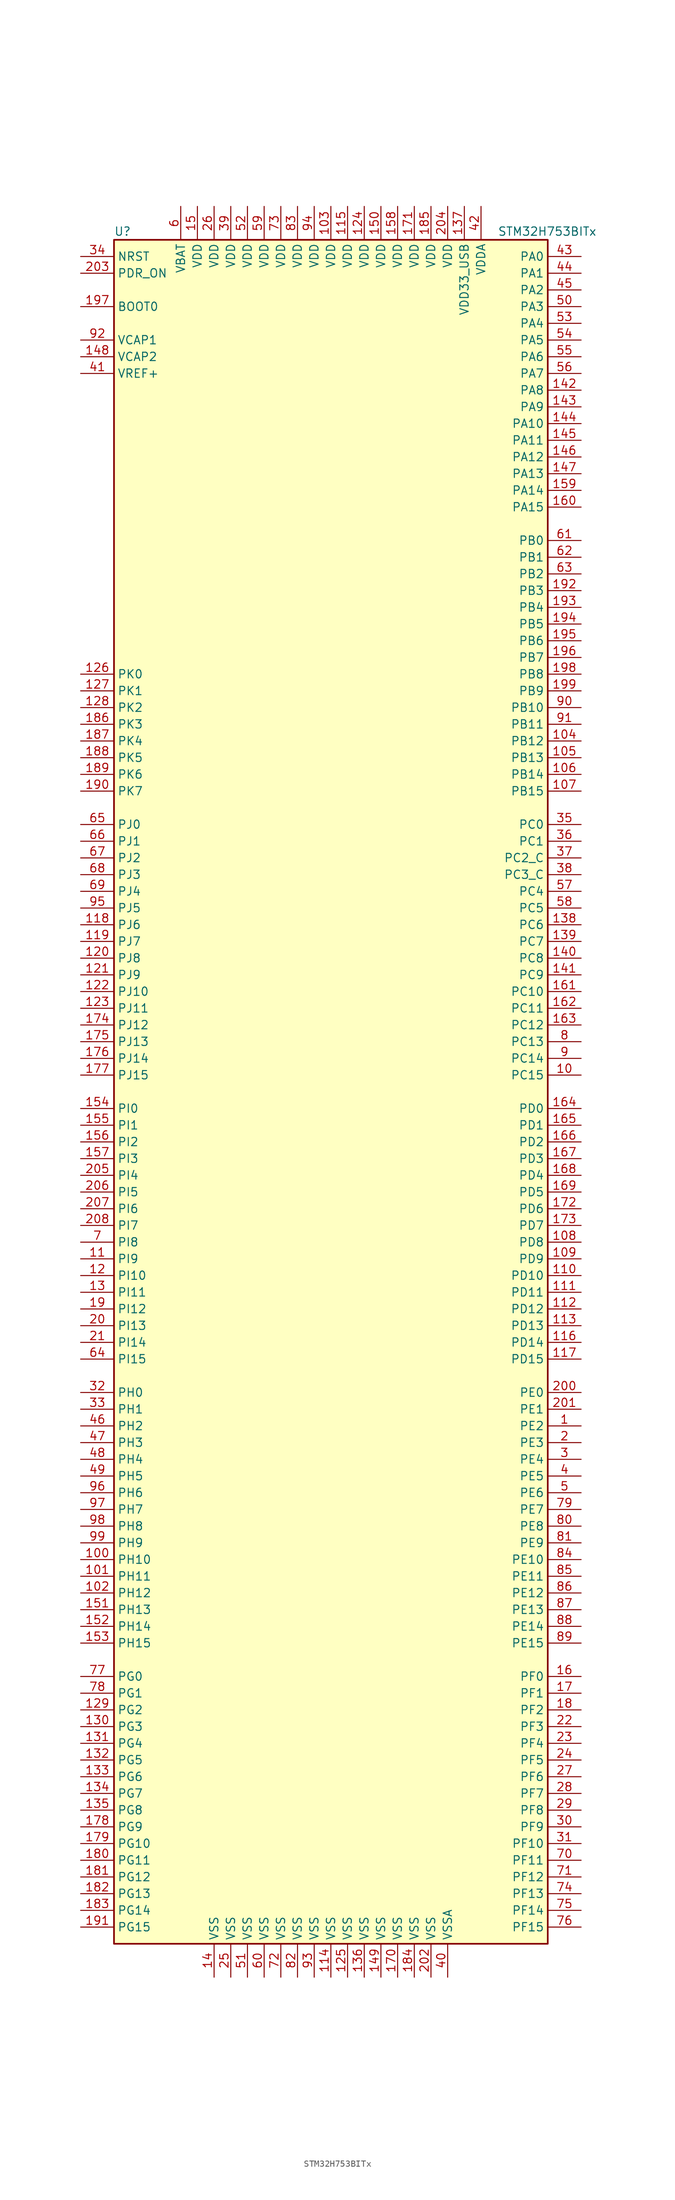
<source format=kicad_sym>
(kicad_symbol_lib
  (version 20211014)
  (generator kicad_symbol_editor)
  (symbol "STM32H753BITx"
    (property "Reference" "U"
      (at -33.02 130.81 0)
      (effects (font (size 1.27 1.27)) (justify left)))
    (property "Value" "STM32H753BITx"
      (at 25.4 130.81 0)
      (effects (font (size 1.27 1.27)) (justify left)))
    (symbol "STM32H753BITx_0_1"
      (rectangle (start -33.02 -129.54) (end 33.02 129.54) (stroke (width 0.254) (type default) (color 0 0 0 0)) (fill (type background))))
    (symbol "STM32H753BITx_1_1"
      (pin bidirectional line (at 38.1 -50.8 180) (length 5.08) (name "PE2" (effects (font (size 1.27 1.27)))) (number "1" (effects (font (size 1.27 1.27)))))
      (pin bidirectional line (at 38.1 2.54 180) (length 5.08) (name "PC15" (effects (font (size 1.27 1.27)))) (number "10" (effects (font (size 1.27 1.27)))))
      (pin bidirectional line (at -38.1 -71.12 0) (length 5.08) (name "PH10" (effects (font (size 1.27 1.27)))) (number "100" (effects (font (size 1.27 1.27)))))
      (pin bidirectional line (at -38.1 -73.66 0) (length 5.08) (name "PH11" (effects (font (size 1.27 1.27)))) (number "101" (effects (font (size 1.27 1.27)))))
      (pin bidirectional line (at -38.1 -76.2 0) (length 5.08) (name "PH12" (effects (font (size 1.27 1.27)))) (number "102" (effects (font (size 1.27 1.27)))))
      (pin power_in line (at 0 134.62 270) (length 5.08) (name "VDD" (effects (font (size 1.27 1.27)))) (number "103" (effects (font (size 1.27 1.27)))))
      (pin bidirectional line (at 38.1 53.34 180) (length 5.08) (name "PB12" (effects (font (size 1.27 1.27)))) (number "104" (effects (font (size 1.27 1.27)))))
      (pin bidirectional line (at 38.1 50.8 180) (length 5.08) (name "PB13" (effects (font (size 1.27 1.27)))) (number "105" (effects (font (size 1.27 1.27)))))
      (pin bidirectional line (at 38.1 48.26 180) (length 5.08) (name "PB14" (effects (font (size 1.27 1.27)))) (number "106" (effects (font (size 1.27 1.27)))))
      (pin bidirectional line (at 38.1 45.72 180) (length 5.08) (name "PB15" (effects (font (size 1.27 1.27)))) (number "107" (effects (font (size 1.27 1.27)))))
      (pin bidirectional line (at 38.1 -22.86 180) (length 5.08) (name "PD8" (effects (font (size 1.27 1.27)))) (number "108" (effects (font (size 1.27 1.27)))))
      (pin bidirectional line (at 38.1 -25.4 180) (length 5.08) (name "PD9" (effects (font (size 1.27 1.27)))) (number "109" (effects (font (size 1.27 1.27)))))
      (pin bidirectional line (at -38.1 -25.4 0) (length 5.08) (name "PI9" (effects (font (size 1.27 1.27)))) (number "11" (effects (font (size 1.27 1.27)))))
      (pin bidirectional line (at 38.1 -27.94 180) (length 5.08) (name "PD10" (effects (font (size 1.27 1.27)))) (number "110" (effects (font (size 1.27 1.27)))))
      (pin bidirectional line (at 38.1 -30.48 180) (length 5.08) (name "PD11" (effects (font (size 1.27 1.27)))) (number "111" (effects (font (size 1.27 1.27)))))
      (pin bidirectional line (at 38.1 -33.02 180) (length 5.08) (name "PD12" (effects (font (size 1.27 1.27)))) (number "112" (effects (font (size 1.27 1.27)))))
      (pin bidirectional line (at 38.1 -35.56 180) (length 5.08) (name "PD13" (effects (font (size 1.27 1.27)))) (number "113" (effects (font (size 1.27 1.27)))))
      (pin power_in line (at 0 -134.62 90) (length 5.08) (name "VSS" (effects (font (size 1.27 1.27)))) (number "114" (effects (font (size 1.27 1.27)))))
      (pin power_in line (at 2.54 134.62 270) (length 5.08) (name "VDD" (effects (font (size 1.27 1.27)))) (number "115" (effects (font (size 1.27 1.27)))))
      (pin bidirectional line (at 38.1 -38.1 180) (length 5.08) (name "PD14" (effects (font (size 1.27 1.27)))) (number "116" (effects (font (size 1.27 1.27)))))
      (pin bidirectional line (at 38.1 -40.64 180) (length 5.08) (name "PD15" (effects (font (size 1.27 1.27)))) (number "117" (effects (font (size 1.27 1.27)))))
      (pin bidirectional line (at -38.1 25.4 0) (length 5.08) (name "PJ6" (effects (font (size 1.27 1.27)))) (number "118" (effects (font (size 1.27 1.27)))))
      (pin bidirectional line (at -38.1 22.86 0) (length 5.08) (name "PJ7" (effects (font (size 1.27 1.27)))) (number "119" (effects (font (size 1.27 1.27)))))
      (pin bidirectional line (at -38.1 -27.94 0) (length 5.08) (name "PI10" (effects (font (size 1.27 1.27)))) (number "12" (effects (font (size 1.27 1.27)))))
      (pin bidirectional line (at -38.1 20.32 0) (length 5.08) (name "PJ8" (effects (font (size 1.27 1.27)))) (number "120" (effects (font (size 1.27 1.27)))))
      (pin bidirectional line (at -38.1 17.78 0) (length 5.08) (name "PJ9" (effects (font (size 1.27 1.27)))) (number "121" (effects (font (size 1.27 1.27)))))
      (pin bidirectional line (at -38.1 15.24 0) (length 5.08) (name "PJ10" (effects (font (size 1.27 1.27)))) (number "122" (effects (font (size 1.27 1.27)))))
      (pin bidirectional line (at -38.1 12.7 0) (length 5.08) (name "PJ11" (effects (font (size 1.27 1.27)))) (number "123" (effects (font (size 1.27 1.27)))))
      (pin power_in line (at 5.08 134.62 270) (length 5.08) (name "VDD" (effects (font (size 1.27 1.27)))) (number "124" (effects (font (size 1.27 1.27)))))
      (pin power_in line (at 2.54 -134.62 90) (length 5.08) (name "VSS" (effects (font (size 1.27 1.27)))) (number "125" (effects (font (size 1.27 1.27)))))
      (pin bidirectional line (at -38.1 63.5 0) (length 5.08) (name "PK0" (effects (font (size 1.27 1.27)))) (number "126" (effects (font (size 1.27 1.27)))))
      (pin bidirectional line (at -38.1 60.96 0) (length 5.08) (name "PK1" (effects (font (size 1.27 1.27)))) (number "127" (effects (font (size 1.27 1.27)))))
      (pin bidirectional line (at -38.1 58.42 0) (length 5.08) (name "PK2" (effects (font (size 1.27 1.27)))) (number "128" (effects (font (size 1.27 1.27)))))
      (pin bidirectional line (at -38.1 -93.98 0) (length 5.08) (name "PG2" (effects (font (size 1.27 1.27)))) (number "129" (effects (font (size 1.27 1.27)))))
      (pin bidirectional line (at -38.1 -30.48 0) (length 5.08) (name "PI11" (effects (font (size 1.27 1.27)))) (number "13" (effects (font (size 1.27 1.27)))))
      (pin bidirectional line (at -38.1 -96.52 0) (length 5.08) (name "PG3" (effects (font (size 1.27 1.27)))) (number "130" (effects (font (size 1.27 1.27)))))
      (pin bidirectional line (at -38.1 -99.06 0) (length 5.08) (name "PG4" (effects (font (size 1.27 1.27)))) (number "131" (effects (font (size 1.27 1.27)))))
      (pin bidirectional line (at -38.1 -101.6 0) (length 5.08) (name "PG5" (effects (font (size 1.27 1.27)))) (number "132" (effects (font (size 1.27 1.27)))))
      (pin bidirectional line (at -38.1 -104.14 0) (length 5.08) (name "PG6" (effects (font (size 1.27 1.27)))) (number "133" (effects (font (size 1.27 1.27)))))
      (pin bidirectional line (at -38.1 -106.68 0) (length 5.08) (name "PG7" (effects (font (size 1.27 1.27)))) (number "134" (effects (font (size 1.27 1.27)))))
      (pin bidirectional line (at -38.1 -109.22 0) (length 5.08) (name "PG8" (effects (font (size 1.27 1.27)))) (number "135" (effects (font (size 1.27 1.27)))))
      (pin power_in line (at 5.08 -134.62 90) (length 5.08) (name "VSS" (effects (font (size 1.27 1.27)))) (number "136" (effects (font (size 1.27 1.27)))))
      (pin power_in line (at 20.32 134.62 270) (length 5.08) (name "VDD33_USB" (effects (font (size 1.27 1.27)))) (number "137" (effects (font (size 1.27 1.27)))))
      (pin bidirectional line (at 38.1 25.4 180) (length 5.08) (name "PC6" (effects (font (size 1.27 1.27)))) (number "138" (effects (font (size 1.27 1.27)))))
      (pin bidirectional line (at 38.1 22.86 180) (length 5.08) (name "PC7" (effects (font (size 1.27 1.27)))) (number "139" (effects (font (size 1.27 1.27)))))
      (pin power_in line (at -17.78 -134.62 90) (length 5.08) (name "VSS" (effects (font (size 1.27 1.27)))) (number "14" (effects (font (size 1.27 1.27)))))
      (pin bidirectional line (at 38.1 20.32 180) (length 5.08) (name "PC8" (effects (font (size 1.27 1.27)))) (number "140" (effects (font (size 1.27 1.27)))))
      (pin bidirectional line (at 38.1 17.78 180) (length 5.08) (name "PC9" (effects (font (size 1.27 1.27)))) (number "141" (effects (font (size 1.27 1.27)))))
      (pin bidirectional line (at 38.1 106.68 180) (length 5.08) (name "PA8" (effects (font (size 1.27 1.27)))) (number "142" (effects (font (size 1.27 1.27)))))
      (pin bidirectional line (at 38.1 104.14 180) (length 5.08) (name "PA9" (effects (font (size 1.27 1.27)))) (number "143" (effects (font (size 1.27 1.27)))))
      (pin bidirectional line (at 38.1 101.6 180) (length 5.08) (name "PA10" (effects (font (size 1.27 1.27)))) (number "144" (effects (font (size 1.27 1.27)))))
      (pin bidirectional line (at 38.1 99.06 180) (length 5.08) (name "PA11" (effects (font (size 1.27 1.27)))) (number "145" (effects (font (size 1.27 1.27)))))
      (pin bidirectional line (at 38.1 96.52 180) (length 5.08) (name "PA12" (effects (font (size 1.27 1.27)))) (number "146" (effects (font (size 1.27 1.27)))))
      (pin bidirectional line (at 38.1 93.98 180) (length 5.08) (name "PA13" (effects (font (size 1.27 1.27)))) (number "147" (effects (font (size 1.27 1.27)))))
      (pin power_in line (at -38.1 111.76 0) (length 5.08) (name "VCAP2" (effects (font (size 1.27 1.27)))) (number "148" (effects (font (size 1.27 1.27)))))
      (pin power_in line (at 7.62 -134.62 90) (length 5.08) (name "VSS" (effects (font (size 1.27 1.27)))) (number "149" (effects (font (size 1.27 1.27)))))
      (pin power_in line (at -20.32 134.62 270) (length 5.08) (name "VDD" (effects (font (size 1.27 1.27)))) (number "15" (effects (font (size 1.27 1.27)))))
      (pin power_in line (at 7.62 134.62 270) (length 5.08) (name "VDD" (effects (font (size 1.27 1.27)))) (number "150" (effects (font (size 1.27 1.27)))))
      (pin bidirectional line (at -38.1 -78.74 0) (length 5.08) (name "PH13" (effects (font (size 1.27 1.27)))) (number "151" (effects (font (size 1.27 1.27)))))
      (pin bidirectional line (at -38.1 -81.28 0) (length 5.08) (name "PH14" (effects (font (size 1.27 1.27)))) (number "152" (effects (font (size 1.27 1.27)))))
      (pin bidirectional line (at -38.1 -83.82 0) (length 5.08) (name "PH15" (effects (font (size 1.27 1.27)))) (number "153" (effects (font (size 1.27 1.27)))))
      (pin bidirectional line (at -38.1 -2.54 0) (length 5.08) (name "PI0" (effects (font (size 1.27 1.27)))) (number "154" (effects (font (size 1.27 1.27)))))
      (pin bidirectional line (at -38.1 -5.08 0) (length 5.08) (name "PI1" (effects (font (size 1.27 1.27)))) (number "155" (effects (font (size 1.27 1.27)))))
      (pin bidirectional line (at -38.1 -7.62 0) (length 5.08) (name "PI2" (effects (font (size 1.27 1.27)))) (number "156" (effects (font (size 1.27 1.27)))))
      (pin bidirectional line (at -38.1 -10.16 0) (length 5.08) (name "PI3" (effects (font (size 1.27 1.27)))) (number "157" (effects (font (size 1.27 1.27)))))
      (pin power_in line (at 10.16 134.62 270) (length 5.08) (name "VDD" (effects (font (size 1.27 1.27)))) (number "158" (effects (font (size 1.27 1.27)))))
      (pin bidirectional line (at 38.1 91.44 180) (length 5.08) (name "PA14" (effects (font (size 1.27 1.27)))) (number "159" (effects (font (size 1.27 1.27)))))
      (pin bidirectional line (at 38.1 -88.9 180) (length 5.08) (name "PF0" (effects (font (size 1.27 1.27)))) (number "16" (effects (font (size 1.27 1.27)))))
      (pin bidirectional line (at 38.1 88.9 180) (length 5.08) (name "PA15" (effects (font (size 1.27 1.27)))) (number "160" (effects (font (size 1.27 1.27)))))
      (pin bidirectional line (at 38.1 15.24 180) (length 5.08) (name "PC10" (effects (font (size 1.27 1.27)))) (number "161" (effects (font (size 1.27 1.27)))))
      (pin bidirectional line (at 38.1 12.7 180) (length 5.08) (name "PC11" (effects (font (size 1.27 1.27)))) (number "162" (effects (font (size 1.27 1.27)))))
      (pin bidirectional line (at 38.1 10.16 180) (length 5.08) (name "PC12" (effects (font (size 1.27 1.27)))) (number "163" (effects (font (size 1.27 1.27)))))
      (pin bidirectional line (at 38.1 -2.54 180) (length 5.08) (name "PD0" (effects (font (size 1.27 1.27)))) (number "164" (effects (font (size 1.27 1.27)))))
      (pin bidirectional line (at 38.1 -5.08 180) (length 5.08) (name "PD1" (effects (font (size 1.27 1.27)))) (number "165" (effects (font (size 1.27 1.27)))))
      (pin bidirectional line (at 38.1 -7.62 180) (length 5.08) (name "PD2" (effects (font (size 1.27 1.27)))) (number "166" (effects (font (size 1.27 1.27)))))
      (pin bidirectional line (at 38.1 -10.16 180) (length 5.08) (name "PD3" (effects (font (size 1.27 1.27)))) (number "167" (effects (font (size 1.27 1.27)))))
      (pin bidirectional line (at 38.1 -12.7 180) (length 5.08) (name "PD4" (effects (font (size 1.27 1.27)))) (number "168" (effects (font (size 1.27 1.27)))))
      (pin bidirectional line (at 38.1 -15.24 180) (length 5.08) (name "PD5" (effects (font (size 1.27 1.27)))) (number "169" (effects (font (size 1.27 1.27)))))
      (pin bidirectional line (at 38.1 -91.44 180) (length 5.08) (name "PF1" (effects (font (size 1.27 1.27)))) (number "17" (effects (font (size 1.27 1.27)))))
      (pin power_in line (at 10.16 -134.62 90) (length 5.08) (name "VSS" (effects (font (size 1.27 1.27)))) (number "170" (effects (font (size 1.27 1.27)))))
      (pin power_in line (at 12.7 134.62 270) (length 5.08) (name "VDD" (effects (font (size 1.27 1.27)))) (number "171" (effects (font (size 1.27 1.27)))))
      (pin bidirectional line (at 38.1 -17.78 180) (length 5.08) (name "PD6" (effects (font (size 1.27 1.27)))) (number "172" (effects (font (size 1.27 1.27)))))
      (pin bidirectional line (at 38.1 -20.32 180) (length 5.08) (name "PD7" (effects (font (size 1.27 1.27)))) (number "173" (effects (font (size 1.27 1.27)))))
      (pin bidirectional line (at -38.1 10.16 0) (length 5.08) (name "PJ12" (effects (font (size 1.27 1.27)))) (number "174" (effects (font (size 1.27 1.27)))))
      (pin bidirectional line (at -38.1 7.62 0) (length 5.08) (name "PJ13" (effects (font (size 1.27 1.27)))) (number "175" (effects (font (size 1.27 1.27)))))
      (pin bidirectional line (at -38.1 5.08 0) (length 5.08) (name "PJ14" (effects (font (size 1.27 1.27)))) (number "176" (effects (font (size 1.27 1.27)))))
      (pin bidirectional line (at -38.1 2.54 0) (length 5.08) (name "PJ15" (effects (font (size 1.27 1.27)))) (number "177" (effects (font (size 1.27 1.27)))))
      (pin bidirectional line (at -38.1 -111.76 0) (length 5.08) (name "PG9" (effects (font (size 1.27 1.27)))) (number "178" (effects (font (size 1.27 1.27)))))
      (pin bidirectional line (at -38.1 -114.3 0) (length 5.08) (name "PG10" (effects (font (size 1.27 1.27)))) (number "179" (effects (font (size 1.27 1.27)))))
      (pin bidirectional line (at 38.1 -93.98 180) (length 5.08) (name "PF2" (effects (font (size 1.27 1.27)))) (number "18" (effects (font (size 1.27 1.27)))))
      (pin bidirectional line (at -38.1 -116.84 0) (length 5.08) (name "PG11" (effects (font (size 1.27 1.27)))) (number "180" (effects (font (size 1.27 1.27)))))
      (pin bidirectional line (at -38.1 -119.38 0) (length 5.08) (name "PG12" (effects (font (size 1.27 1.27)))) (number "181" (effects (font (size 1.27 1.27)))))
      (pin bidirectional line (at -38.1 -121.92 0) (length 5.08) (name "PG13" (effects (font (size 1.27 1.27)))) (number "182" (effects (font (size 1.27 1.27)))))
      (pin bidirectional line (at -38.1 -124.46 0) (length 5.08) (name "PG14" (effects (font (size 1.27 1.27)))) (number "183" (effects (font (size 1.27 1.27)))))
      (pin power_in line (at 12.7 -134.62 90) (length 5.08) (name "VSS" (effects (font (size 1.27 1.27)))) (number "184" (effects (font (size 1.27 1.27)))))
      (pin power_in line (at 15.24 134.62 270) (length 5.08) (name "VDD" (effects (font (size 1.27 1.27)))) (number "185" (effects (font (size 1.27 1.27)))))
      (pin bidirectional line (at -38.1 55.88 0) (length 5.08) (name "PK3" (effects (font (size 1.27 1.27)))) (number "186" (effects (font (size 1.27 1.27)))))
      (pin bidirectional line (at -38.1 53.34 0) (length 5.08) (name "PK4" (effects (font (size 1.27 1.27)))) (number "187" (effects (font (size 1.27 1.27)))))
      (pin bidirectional line (at -38.1 50.8 0) (length 5.08) (name "PK5" (effects (font (size 1.27 1.27)))) (number "188" (effects (font (size 1.27 1.27)))))
      (pin bidirectional line (at -38.1 48.26 0) (length 5.08) (name "PK6" (effects (font (size 1.27 1.27)))) (number "189" (effects (font (size 1.27 1.27)))))
      (pin bidirectional line (at -38.1 -33.02 0) (length 5.08) (name "PI12" (effects (font (size 1.27 1.27)))) (number "19" (effects (font (size 1.27 1.27)))))
      (pin bidirectional line (at -38.1 45.72 0) (length 5.08) (name "PK7" (effects (font (size 1.27 1.27)))) (number "190" (effects (font (size 1.27 1.27)))))
      (pin bidirectional line (at -38.1 -127 0) (length 5.08) (name "PG15" (effects (font (size 1.27 1.27)))) (number "191" (effects (font (size 1.27 1.27)))))
      (pin bidirectional line (at 38.1 76.2 180) (length 5.08) (name "PB3" (effects (font (size 1.27 1.27)))) (number "192" (effects (font (size 1.27 1.27)))))
      (pin bidirectional line (at 38.1 73.66 180) (length 5.08) (name "PB4" (effects (font (size 1.27 1.27)))) (number "193" (effects (font (size 1.27 1.27)))))
      (pin bidirectional line (at 38.1 71.12 180) (length 5.08) (name "PB5" (effects (font (size 1.27 1.27)))) (number "194" (effects (font (size 1.27 1.27)))))
      (pin bidirectional line (at 38.1 68.58 180) (length 5.08) (name "PB6" (effects (font (size 1.27 1.27)))) (number "195" (effects (font (size 1.27 1.27)))))
      (pin bidirectional line (at 38.1 66.04 180) (length 5.08) (name "PB7" (effects (font (size 1.27 1.27)))) (number "196" (effects (font (size 1.27 1.27)))))
      (pin input line (at -38.1 119.38 0) (length 5.08) (name "BOOT0" (effects (font (size 1.27 1.27)))) (number "197" (effects (font (size 1.27 1.27)))))
      (pin bidirectional line (at 38.1 63.5 180) (length 5.08) (name "PB8" (effects (font (size 1.27 1.27)))) (number "198" (effects (font (size 1.27 1.27)))))
      (pin bidirectional line (at 38.1 60.96 180) (length 5.08) (name "PB9" (effects (font (size 1.27 1.27)))) (number "199" (effects (font (size 1.27 1.27)))))
      (pin bidirectional line (at 38.1 -53.34 180) (length 5.08) (name "PE3" (effects (font (size 1.27 1.27)))) (number "2" (effects (font (size 1.27 1.27)))))
      (pin bidirectional line (at -38.1 -35.56 0) (length 5.08) (name "PI13" (effects (font (size 1.27 1.27)))) (number "20" (effects (font (size 1.27 1.27)))))
      (pin bidirectional line (at 38.1 -45.72 180) (length 5.08) (name "PE0" (effects (font (size 1.27 1.27)))) (number "200" (effects (font (size 1.27 1.27)))))
      (pin bidirectional line (at 38.1 -48.26 180) (length 5.08) (name "PE1" (effects (font (size 1.27 1.27)))) (number "201" (effects (font (size 1.27 1.27)))))
      (pin power_in line (at 15.24 -134.62 90) (length 5.08) (name "VSS" (effects (font (size 1.27 1.27)))) (number "202" (effects (font (size 1.27 1.27)))))
      (pin input line (at -38.1 124.46 0) (length 5.08) (name "PDR_ON" (effects (font (size 1.27 1.27)))) (number "203" (effects (font (size 1.27 1.27)))))
      (pin power_in line (at 17.78 134.62 270) (length 5.08) (name "VDD" (effects (font (size 1.27 1.27)))) (number "204" (effects (font (size 1.27 1.27)))))
      (pin bidirectional line (at -38.1 -12.7 0) (length 5.08) (name "PI4" (effects (font (size 1.27 1.27)))) (number "205" (effects (font (size 1.27 1.27)))))
      (pin bidirectional line (at -38.1 -15.24 0) (length 5.08) (name "PI5" (effects (font (size 1.27 1.27)))) (number "206" (effects (font (size 1.27 1.27)))))
      (pin bidirectional line (at -38.1 -17.78 0) (length 5.08) (name "PI6" (effects (font (size 1.27 1.27)))) (number "207" (effects (font (size 1.27 1.27)))))
      (pin bidirectional line (at -38.1 -20.32 0) (length 5.08) (name "PI7" (effects (font (size 1.27 1.27)))) (number "208" (effects (font (size 1.27 1.27)))))
      (pin bidirectional line (at -38.1 -38.1 0) (length 5.08) (name "PI14" (effects (font (size 1.27 1.27)))) (number "21" (effects (font (size 1.27 1.27)))))
      (pin bidirectional line (at 38.1 -96.52 180) (length 5.08) (name "PF3" (effects (font (size 1.27 1.27)))) (number "22" (effects (font (size 1.27 1.27)))))
      (pin bidirectional line (at 38.1 -99.06 180) (length 5.08) (name "PF4" (effects (font (size 1.27 1.27)))) (number "23" (effects (font (size 1.27 1.27)))))
      (pin bidirectional line (at 38.1 -101.6 180) (length 5.08) (name "PF5" (effects (font (size 1.27 1.27)))) (number "24" (effects (font (size 1.27 1.27)))))
      (pin power_in line (at -15.24 -134.62 90) (length 5.08) (name "VSS" (effects (font (size 1.27 1.27)))) (number "25" (effects (font (size 1.27 1.27)))))
      (pin power_in line (at -17.78 134.62 270) (length 5.08) (name "VDD" (effects (font (size 1.27 1.27)))) (number "26" (effects (font (size 1.27 1.27)))))
      (pin bidirectional line (at 38.1 -104.14 180) (length 5.08) (name "PF6" (effects (font (size 1.27 1.27)))) (number "27" (effects (font (size 1.27 1.27)))))
      (pin bidirectional line (at 38.1 -106.68 180) (length 5.08) (name "PF7" (effects (font (size 1.27 1.27)))) (number "28" (effects (font (size 1.27 1.27)))))
      (pin bidirectional line (at 38.1 -109.22 180) (length 5.08) (name "PF8" (effects (font (size 1.27 1.27)))) (number "29" (effects (font (size 1.27 1.27)))))
      (pin bidirectional line (at 38.1 -55.88 180) (length 5.08) (name "PE4" (effects (font (size 1.27 1.27)))) (number "3" (effects (font (size 1.27 1.27)))))
      (pin bidirectional line (at 38.1 -111.76 180) (length 5.08) (name "PF9" (effects (font (size 1.27 1.27)))) (number "30" (effects (font (size 1.27 1.27)))))
      (pin bidirectional line (at 38.1 -114.3 180) (length 5.08) (name "PF10" (effects (font (size 1.27 1.27)))) (number "31" (effects (font (size 1.27 1.27)))))
      (pin input line (at -38.1 -45.72 0) (length 5.08) (name "PH0" (effects (font (size 1.27 1.27)))) (number "32" (effects (font (size 1.27 1.27)))))
      (pin input line (at -38.1 -48.26 0) (length 5.08) (name "PH1" (effects (font (size 1.27 1.27)))) (number "33" (effects (font (size 1.27 1.27)))))
      (pin input line (at -38.1 127 0) (length 5.08) (name "NRST" (effects (font (size 1.27 1.27)))) (number "34" (effects (font (size 1.27 1.27)))))
      (pin bidirectional line (at 38.1 40.64 180) (length 5.08) (name "PC0" (effects (font (size 1.27 1.27)))) (number "35" (effects (font (size 1.27 1.27)))))
      (pin bidirectional line (at 38.1 38.1 180) (length 5.08) (name "PC1" (effects (font (size 1.27 1.27)))) (number "36" (effects (font (size 1.27 1.27)))))
      (pin bidirectional line (at 38.1 35.56 180) (length 5.08) (name "PC2_C" (effects (font (size 1.27 1.27)))) (number "37" (effects (font (size 1.27 1.27)))))
      (pin bidirectional line (at 38.1 33.02 180) (length 5.08) (name "PC3_C" (effects (font (size 1.27 1.27)))) (number "38" (effects (font (size 1.27 1.27)))))
      (pin power_in line (at -15.24 134.62 270) (length 5.08) (name "VDD" (effects (font (size 1.27 1.27)))) (number "39" (effects (font (size 1.27 1.27)))))
      (pin bidirectional line (at 38.1 -58.42 180) (length 5.08) (name "PE5" (effects (font (size 1.27 1.27)))) (number "4" (effects (font (size 1.27 1.27)))))
      (pin power_in line (at 17.78 -134.62 90) (length 5.08) (name "VSSA" (effects (font (size 1.27 1.27)))) (number "40" (effects (font (size 1.27 1.27)))))
      (pin bidirectional line (at -38.1 109.22 0) (length 5.08) (name "VREF+" (effects (font (size 1.27 1.27)))) (number "41" (effects (font (size 1.27 1.27)))))
      (pin power_in line (at 22.86 134.62 270) (length 5.08) (name "VDDA" (effects (font (size 1.27 1.27)))) (number "42" (effects (font (size 1.27 1.27)))))
      (pin bidirectional line (at 38.1 127 180) (length 5.08) (name "PA0" (effects (font (size 1.27 1.27)))) (number "43" (effects (font (size 1.27 1.27)))))
      (pin bidirectional line (at 38.1 124.46 180) (length 5.08) (name "PA1" (effects (font (size 1.27 1.27)))) (number "44" (effects (font (size 1.27 1.27)))))
      (pin bidirectional line (at 38.1 121.92 180) (length 5.08) (name "PA2" (effects (font (size 1.27 1.27)))) (number "45" (effects (font (size 1.27 1.27)))))
      (pin bidirectional line (at -38.1 -50.8 0) (length 5.08) (name "PH2" (effects (font (size 1.27 1.27)))) (number "46" (effects (font (size 1.27 1.27)))))
      (pin bidirectional line (at -38.1 -53.34 0) (length 5.08) (name "PH3" (effects (font (size 1.27 1.27)))) (number "47" (effects (font (size 1.27 1.27)))))
      (pin bidirectional line (at -38.1 -55.88 0) (length 5.08) (name "PH4" (effects (font (size 1.27 1.27)))) (number "48" (effects (font (size 1.27 1.27)))))
      (pin bidirectional line (at -38.1 -58.42 0) (length 5.08) (name "PH5" (effects (font (size 1.27 1.27)))) (number "49" (effects (font (size 1.27 1.27)))))
      (pin bidirectional line (at 38.1 -60.96 180) (length 5.08) (name "PE6" (effects (font (size 1.27 1.27)))) (number "5" (effects (font (size 1.27 1.27)))))
      (pin bidirectional line (at 38.1 119.38 180) (length 5.08) (name "PA3" (effects (font (size 1.27 1.27)))) (number "50" (effects (font (size 1.27 1.27)))))
      (pin power_in line (at -12.7 -134.62 90) (length 5.08) (name "VSS" (effects (font (size 1.27 1.27)))) (number "51" (effects (font (size 1.27 1.27)))))
      (pin power_in line (at -12.7 134.62 270) (length 5.08) (name "VDD" (effects (font (size 1.27 1.27)))) (number "52" (effects (font (size 1.27 1.27)))))
      (pin bidirectional line (at 38.1 116.84 180) (length 5.08) (name "PA4" (effects (font (size 1.27 1.27)))) (number "53" (effects (font (size 1.27 1.27)))))
      (pin bidirectional line (at 38.1 114.3 180) (length 5.08) (name "PA5" (effects (font (size 1.27 1.27)))) (number "54" (effects (font (size 1.27 1.27)))))
      (pin bidirectional line (at 38.1 111.76 180) (length 5.08) (name "PA6" (effects (font (size 1.27 1.27)))) (number "55" (effects (font (size 1.27 1.27)))))
      (pin bidirectional line (at 38.1 109.22 180) (length 5.08) (name "PA7" (effects (font (size 1.27 1.27)))) (number "56" (effects (font (size 1.27 1.27)))))
      (pin bidirectional line (at 38.1 30.48 180) (length 5.08) (name "PC4" (effects (font (size 1.27 1.27)))) (number "57" (effects (font (size 1.27 1.27)))))
      (pin bidirectional line (at 38.1 27.94 180) (length 5.08) (name "PC5" (effects (font (size 1.27 1.27)))) (number "58" (effects (font (size 1.27 1.27)))))
      (pin power_in line (at -10.16 134.62 270) (length 5.08) (name "VDD" (effects (font (size 1.27 1.27)))) (number "59" (effects (font (size 1.27 1.27)))))
      (pin power_in line (at -22.86 134.62 270) (length 5.08) (name "VBAT" (effects (font (size 1.27 1.27)))) (number "6" (effects (font (size 1.27 1.27)))))
      (pin power_in line (at -10.16 -134.62 90) (length 5.08) (name "VSS" (effects (font (size 1.27 1.27)))) (number "60" (effects (font (size 1.27 1.27)))))
      (pin bidirectional line (at 38.1 83.82 180) (length 5.08) (name "PB0" (effects (font (size 1.27 1.27)))) (number "61" (effects (font (size 1.27 1.27)))))
      (pin bidirectional line (at 38.1 81.28 180) (length 5.08) (name "PB1" (effects (font (size 1.27 1.27)))) (number "62" (effects (font (size 1.27 1.27)))))
      (pin bidirectional line (at 38.1 78.74 180) (length 5.08) (name "PB2" (effects (font (size 1.27 1.27)))) (number "63" (effects (font (size 1.27 1.27)))))
      (pin bidirectional line (at -38.1 -40.64 0) (length 5.08) (name "PI15" (effects (font (size 1.27 1.27)))) (number "64" (effects (font (size 1.27 1.27)))))
      (pin bidirectional line (at -38.1 40.64 0) (length 5.08) (name "PJ0" (effects (font (size 1.27 1.27)))) (number "65" (effects (font (size 1.27 1.27)))))
      (pin bidirectional line (at -38.1 38.1 0) (length 5.08) (name "PJ1" (effects (font (size 1.27 1.27)))) (number "66" (effects (font (size 1.27 1.27)))))
      (pin bidirectional line (at -38.1 35.56 0) (length 5.08) (name "PJ2" (effects (font (size 1.27 1.27)))) (number "67" (effects (font (size 1.27 1.27)))))
      (pin bidirectional line (at -38.1 33.02 0) (length 5.08) (name "PJ3" (effects (font (size 1.27 1.27)))) (number "68" (effects (font (size 1.27 1.27)))))
      (pin bidirectional line (at -38.1 30.48 0) (length 5.08) (name "PJ4" (effects (font (size 1.27 1.27)))) (number "69" (effects (font (size 1.27 1.27)))))
      (pin bidirectional line (at -38.1 -22.86 0) (length 5.08) (name "PI8" (effects (font (size 1.27 1.27)))) (number "7" (effects (font (size 1.27 1.27)))))
      (pin bidirectional line (at 38.1 -116.84 180) (length 5.08) (name "PF11" (effects (font (size 1.27 1.27)))) (number "70" (effects (font (size 1.27 1.27)))))
      (pin bidirectional line (at 38.1 -119.38 180) (length 5.08) (name "PF12" (effects (font (size 1.27 1.27)))) (number "71" (effects (font (size 1.27 1.27)))))
      (pin power_in line (at -7.62 -134.62 90) (length 5.08) (name "VSS" (effects (font (size 1.27 1.27)))) (number "72" (effects (font (size 1.27 1.27)))))
      (pin power_in line (at -7.62 134.62 270) (length 5.08) (name "VDD" (effects (font (size 1.27 1.27)))) (number "73" (effects (font (size 1.27 1.27)))))
      (pin bidirectional line (at 38.1 -121.92 180) (length 5.08) (name "PF13" (effects (font (size 1.27 1.27)))) (number "74" (effects (font (size 1.27 1.27)))))
      (pin bidirectional line (at 38.1 -124.46 180) (length 5.08) (name "PF14" (effects (font (size 1.27 1.27)))) (number "75" (effects (font (size 1.27 1.27)))))
      (pin bidirectional line (at 38.1 -127 180) (length 5.08) (name "PF15" (effects (font (size 1.27 1.27)))) (number "76" (effects (font (size 1.27 1.27)))))
      (pin bidirectional line (at -38.1 -88.9 0) (length 5.08) (name "PG0" (effects (font (size 1.27 1.27)))) (number "77" (effects (font (size 1.27 1.27)))))
      (pin bidirectional line (at -38.1 -91.44 0) (length 5.08) (name "PG1" (effects (font (size 1.27 1.27)))) (number "78" (effects (font (size 1.27 1.27)))))
      (pin bidirectional line (at 38.1 -63.5 180) (length 5.08) (name "PE7" (effects (font (size 1.27 1.27)))) (number "79" (effects (font (size 1.27 1.27)))))
      (pin bidirectional line (at 38.1 7.62 180) (length 5.08) (name "PC13" (effects (font (size 1.27 1.27)))) (number "8" (effects (font (size 1.27 1.27)))))
      (pin bidirectional line (at 38.1 -66.04 180) (length 5.08) (name "PE8" (effects (font (size 1.27 1.27)))) (number "80" (effects (font (size 1.27 1.27)))))
      (pin bidirectional line (at 38.1 -68.58 180) (length 5.08) (name "PE9" (effects (font (size 1.27 1.27)))) (number "81" (effects (font (size 1.27 1.27)))))
      (pin power_in line (at -5.08 -134.62 90) (length 5.08) (name "VSS" (effects (font (size 1.27 1.27)))) (number "82" (effects (font (size 1.27 1.27)))))
      (pin power_in line (at -5.08 134.62 270) (length 5.08) (name "VDD" (effects (font (size 1.27 1.27)))) (number "83" (effects (font (size 1.27 1.27)))))
      (pin bidirectional line (at 38.1 -71.12 180) (length 5.08) (name "PE10" (effects (font (size 1.27 1.27)))) (number "84" (effects (font (size 1.27 1.27)))))
      (pin bidirectional line (at 38.1 -73.66 180) (length 5.08) (name "PE11" (effects (font (size 1.27 1.27)))) (number "85" (effects (font (size 1.27 1.27)))))
      (pin bidirectional line (at 38.1 -76.2 180) (length 5.08) (name "PE12" (effects (font (size 1.27 1.27)))) (number "86" (effects (font (size 1.27 1.27)))))
      (pin bidirectional line (at 38.1 -78.74 180) (length 5.08) (name "PE13" (effects (font (size 1.27 1.27)))) (number "87" (effects (font (size 1.27 1.27)))))
      (pin bidirectional line (at 38.1 -81.28 180) (length 5.08) (name "PE14" (effects (font (size 1.27 1.27)))) (number "88" (effects (font (size 1.27 1.27)))))
      (pin bidirectional line (at 38.1 -83.82 180) (length 5.08) (name "PE15" (effects (font (size 1.27 1.27)))) (number "89" (effects (font (size 1.27 1.27)))))
      (pin bidirectional line (at 38.1 5.08 180) (length 5.08) (name "PC14" (effects (font (size 1.27 1.27)))) (number "9" (effects (font (size 1.27 1.27)))))
      (pin bidirectional line (at 38.1 58.42 180) (length 5.08) (name "PB10" (effects (font (size 1.27 1.27)))) (number "90" (effects (font (size 1.27 1.27)))))
      (pin bidirectional line (at 38.1 55.88 180) (length 5.08) (name "PB11" (effects (font (size 1.27 1.27)))) (number "91" (effects (font (size 1.27 1.27)))))
      (pin power_in line (at -38.1 114.3 0) (length 5.08) (name "VCAP1" (effects (font (size 1.27 1.27)))) (number "92" (effects (font (size 1.27 1.27)))))
      (pin power_in line (at -2.54 -134.62 90) (length 5.08) (name "VSS" (effects (font (size 1.27 1.27)))) (number "93" (effects (font (size 1.27 1.27)))))
      (pin power_in line (at -2.54 134.62 270) (length 5.08) (name "VDD" (effects (font (size 1.27 1.27)))) (number "94" (effects (font (size 1.27 1.27)))))
      (pin bidirectional line (at -38.1 27.94 0) (length 5.08) (name "PJ5" (effects (font (size 1.27 1.27)))) (number "95" (effects (font (size 1.27 1.27)))))
      (pin bidirectional line (at -38.1 -60.96 0) (length 5.08) (name "PH6" (effects (font (size 1.27 1.27)))) (number "96" (effects (font (size 1.27 1.27)))))
      (pin bidirectional line (at -38.1 -63.5 0) (length 5.08) (name "PH7" (effects (font (size 1.27 1.27)))) (number "97" (effects (font (size 1.27 1.27)))))
      (pin bidirectional line (at -38.1 -66.04 0) (length 5.08) (name "PH8" (effects (font (size 1.27 1.27)))) (number "98" (effects (font (size 1.27 1.27)))))
      (pin bidirectional line (at -38.1 -68.58 0) (length 5.08) (name "PH9" (effects (font (size 1.27 1.27)))) (number "99" (effects (font (size 1.27 1.27))))))))
</source>
